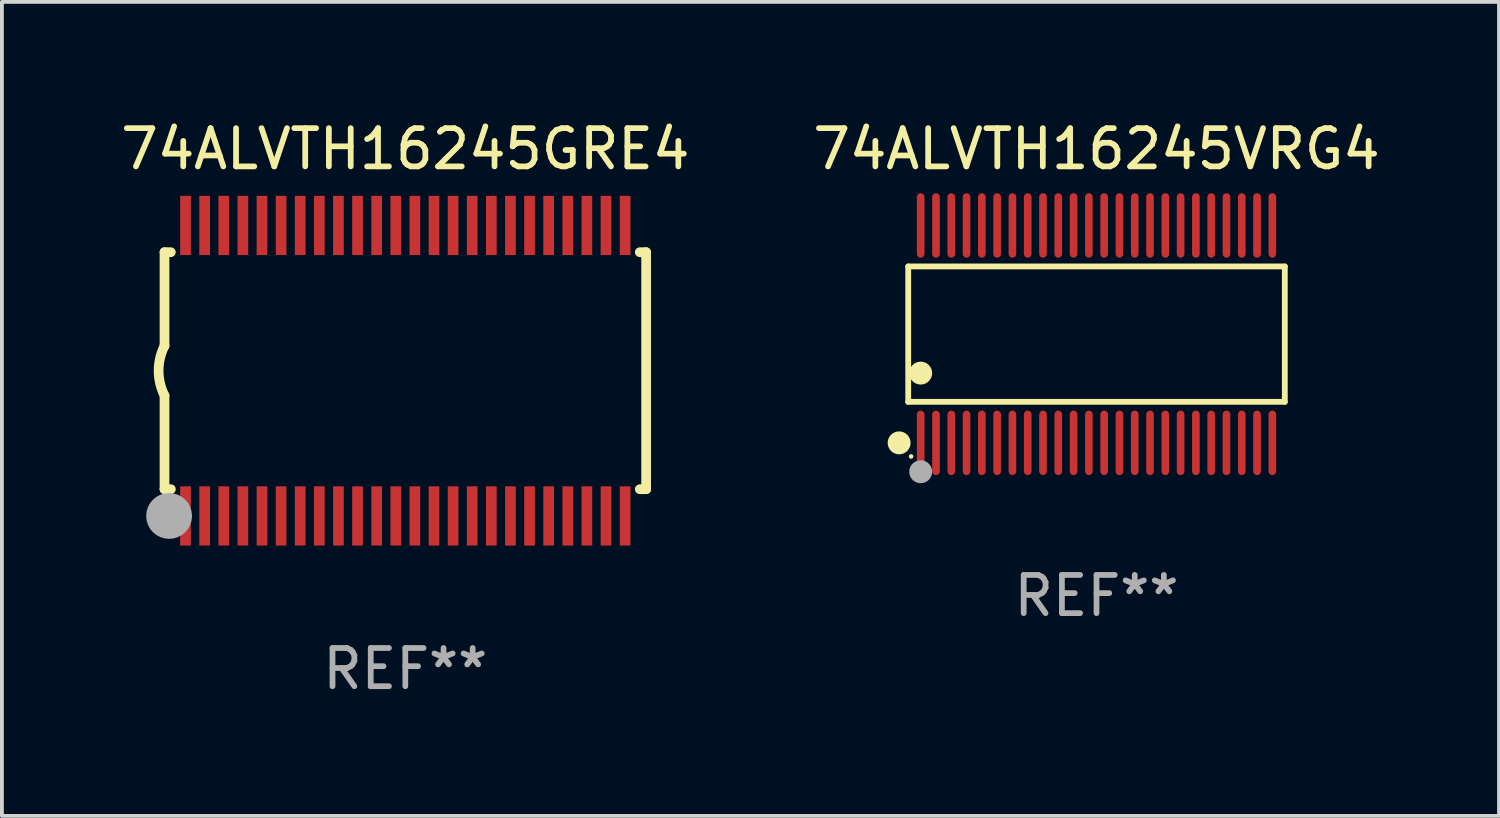
<source format=kicad_pcb>
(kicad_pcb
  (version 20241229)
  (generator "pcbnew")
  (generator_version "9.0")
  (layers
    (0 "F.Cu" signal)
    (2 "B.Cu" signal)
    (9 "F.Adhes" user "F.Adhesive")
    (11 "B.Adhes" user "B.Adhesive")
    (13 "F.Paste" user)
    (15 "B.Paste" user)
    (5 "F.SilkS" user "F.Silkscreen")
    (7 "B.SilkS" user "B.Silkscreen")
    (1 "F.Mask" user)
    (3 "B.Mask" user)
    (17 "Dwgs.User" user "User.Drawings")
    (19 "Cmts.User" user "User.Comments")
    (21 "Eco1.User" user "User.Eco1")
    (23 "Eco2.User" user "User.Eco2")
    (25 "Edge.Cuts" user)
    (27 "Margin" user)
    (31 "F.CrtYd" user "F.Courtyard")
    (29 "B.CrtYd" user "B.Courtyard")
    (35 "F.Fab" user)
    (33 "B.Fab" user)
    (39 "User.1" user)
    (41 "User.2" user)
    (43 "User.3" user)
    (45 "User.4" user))
  (footprint "74ALVTH16245GRE4"
    (layer "F.Cu")
    (at 7.554 6.648)
    (property "Reference" "74ALVTH16245GRE4" (at 0 -5.8 0) (layer "F.SilkS") (effects (font (size 1 1) (thickness 0.15))))
    (attr through_hole)
    (fp_line (start -6.3 -3.1) (end -6.3 -0.65) (stroke (width 0.254) (type solid)) (layer "F.SilkS"))
    (fp_line (start -6.3 -3.1) (end -6.134 -3.1) (stroke (width 0.254) (type solid)) (layer "F.SilkS"))
    (fp_line (start -6.3 3.1) (end -6.3 0.65) (stroke (width 0.254) (type solid)) (layer "F.SilkS"))
    (fp_line (start -6.3 3.1) (end -6.134 3.1) (stroke (width 0.254) (type solid)) (layer "F.SilkS"))
    (fp_line (start 6.134 -3.1) (end 6.3 -3.1) (stroke (width 0.254) (type solid)) (layer "F.SilkS"))
    (fp_line (start 6.134 3.1) (end 6.3 3.1) (stroke (width 0.254) (type solid)) (layer "F.SilkS"))
    (fp_line (start 6.3 -3.1) (end 6.3 3.1) (stroke (width 0.254) (type solid)) (layer "F.SilkS"))
    (fp_arc (start -6.301016 0.650114) (mid -6.45413 -0.000082) (end -6.3 -0.650038) (stroke (width 0.254001) (type solid)) (layer "F.SilkS"))
    (fp_circle (center -6.35 3.81) (end -6.223 3.81) (stroke (width 0.254) (type solid)) (fill no) (layer "F.SilkS"))
    (fp_circle (center -6.25 4.05) (end -6.22 4.05) (stroke (width 0.06) (type solid)) (fill no) (layer "F.SilkS"))
    (fp_circle (center -6.18 3.8) (end -5.88 3.8) (stroke (width 0.6) (type solid)) (fill no) (layer "F.Fab"))
    (fp_text user "REF**" (at 0 7.8 0) (layer "F.Fab") (effects (font (size 1 1) (thickness 0.15))))
    (pad "1" smd rect (at -5.75 3.8) (size 0.28 1.55) (layers "F.Cu" "F.Mask" "F.Paste"))
    (pad "2" smd rect (at -5.25 3.8) (size 0.28 1.55) (layers "F.Cu" "F.Mask" "F.Paste"))
    (pad "3" smd rect (at -4.75 3.8) (size 0.28 1.55) (layers "F.Cu" "F.Mask" "F.Paste"))
    (pad "4" smd rect (at -4.25 3.8) (size 0.28 1.55) (layers "F.Cu" "F.Mask" "F.Paste"))
    (pad "5" smd rect (at -3.75 3.8) (size 0.28 1.55) (layers "F.Cu" "F.Mask" "F.Paste"))
    (pad "6" smd rect (at -3.25 3.8) (size 0.28 1.55) (layers "F.Cu" "F.Mask" "F.Paste"))
    (pad "7" smd rect (at -2.75 3.8) (size 0.28 1.55) (layers "F.Cu" "F.Mask" "F.Paste"))
    (pad "8" smd rect (at -2.25 3.8) (size 0.28 1.55) (layers "F.Cu" "F.Mask" "F.Paste"))
    (pad "9" smd rect (at -1.75 3.8) (size 0.28 1.55) (layers "F.Cu" "F.Mask" "F.Paste"))
    (pad "10" smd rect (at -1.25 3.8) (size 0.28 1.55) (layers "F.Cu" "F.Mask" "F.Paste"))
    (pad "11" smd rect (at -0.75 3.8) (size 0.28 1.55) (layers "F.Cu" "F.Mask" "F.Paste"))
    (pad "12" smd rect (at -0.25 3.8) (size 0.28 1.55) (layers "F.Cu" "F.Mask" "F.Paste"))
    (pad "13" smd rect (at 0.25 3.8) (size 0.28 1.55) (layers "F.Cu" "F.Mask" "F.Paste"))
    (pad "14" smd rect (at 0.75 3.8) (size 0.28 1.55) (layers "F.Cu" "F.Mask" "F.Paste"))
    (pad "15" smd rect (at 1.25 3.8) (size 0.28 1.55) (layers "F.Cu" "F.Mask" "F.Paste"))
    (pad "16" smd rect (at 1.75 3.8) (size 0.28 1.55) (layers "F.Cu" "F.Mask" "F.Paste"))
    (pad "17" smd rect (at 2.25 3.8) (size 0.28 1.55) (layers "F.Cu" "F.Mask" "F.Paste"))
    (pad "18" smd rect (at 2.75 3.8) (size 0.28 1.55) (layers "F.Cu" "F.Mask" "F.Paste"))
    (pad "19" smd rect (at 3.25 3.8) (size 0.28 1.55) (layers "F.Cu" "F.Mask" "F.Paste"))
    (pad "20" smd rect (at 3.75 3.8) (size 0.28 1.55) (layers "F.Cu" "F.Mask" "F.Paste"))
    (pad "21" smd rect (at 4.25 3.8) (size 0.28 1.55) (layers "F.Cu" "F.Mask" "F.Paste"))
    (pad "22" smd rect (at 4.75 3.8) (size 0.28 1.55) (layers "F.Cu" "F.Mask" "F.Paste"))
    (pad "23" smd rect (at 5.25 3.8) (size 0.28 1.55) (layers "F.Cu" "F.Mask" "F.Paste"))
    (pad "24" smd rect (at 5.75 3.8) (size 0.28 1.55) (layers "F.Cu" "F.Mask" "F.Paste"))
    (pad "25" smd rect (at 5.75 -3.8) (size 0.28 1.55) (layers "F.Cu" "F.Mask" "F.Paste"))
    (pad "26" smd rect (at 5.25 -3.8) (size 0.28 1.55) (layers "F.Cu" "F.Mask" "F.Paste"))
    (pad "27" smd rect (at 4.75 -3.8) (size 0.28 1.55) (layers "F.Cu" "F.Mask" "F.Paste"))
    (pad "28" smd rect (at 4.25 -3.8) (size 0.28 1.55) (layers "F.Cu" "F.Mask" "F.Paste"))
    (pad "29" smd rect (at 3.75 -3.8) (size 0.28 1.55) (layers "F.Cu" "F.Mask" "F.Paste"))
    (pad "30" smd rect (at 3.25 -3.8) (size 0.28 1.55) (layers "F.Cu" "F.Mask" "F.Paste"))
    (pad "31" smd rect (at 2.75 -3.8) (size 0.28 1.55) (layers "F.Cu" "F.Mask" "F.Paste"))
    (pad "32" smd rect (at 2.25 -3.8) (size 0.28 1.55) (layers "F.Cu" "F.Mask" "F.Paste"))
    (pad "33" smd rect (at 1.75 -3.8) (size 0.28 1.55) (layers "F.Cu" "F.Mask" "F.Paste"))
    (pad "34" smd rect (at 1.25 -3.8) (size 0.28 1.55) (layers "F.Cu" "F.Mask" "F.Paste"))
    (pad "35" smd rect (at 0.75 -3.8) (size 0.28 1.55) (layers "F.Cu" "F.Mask" "F.Paste"))
    (pad "36" smd rect (at 0.25 -3.8) (size 0.28 1.55) (layers "F.Cu" "F.Mask" "F.Paste"))
    (pad "37" smd rect (at -0.25 -3.8) (size 0.28 1.55) (layers "F.Cu" "F.Mask" "F.Paste"))
    (pad "38" smd rect (at -0.75 -3.8) (size 0.28 1.55) (layers "F.Cu" "F.Mask" "F.Paste"))
    (pad "39" smd rect (at -1.25 -3.8) (size 0.28 1.55) (layers "F.Cu" "F.Mask" "F.Paste"))
    (pad "40" smd rect (at -1.75 -3.8) (size 0.28 1.55) (layers "F.Cu" "F.Mask" "F.Paste"))
    (pad "41" smd rect (at -2.25 -3.8) (size 0.28 1.55) (layers "F.Cu" "F.Mask" "F.Paste"))
    (pad "42" smd rect (at -2.75 -3.8) (size 0.28 1.55) (layers "F.Cu" "F.Mask" "F.Paste"))
    (pad "43" smd rect (at -3.25 -3.8) (size 0.28 1.55) (layers "F.Cu" "F.Mask" "F.Paste"))
    (pad "44" smd rect (at -3.75 -3.8) (size 0.28 1.55) (layers "F.Cu" "F.Mask" "F.Paste"))
    (pad "45" smd rect (at -4.25 -3.8) (size 0.28 1.55) (layers "F.Cu" "F.Mask" "F.Paste"))
    (pad "46" smd rect (at -4.75 -3.8) (size 0.28 1.55) (layers "F.Cu" "F.Mask" "F.Paste"))
    (pad "47" smd rect (at -5.25 -3.8) (size 0.28 1.55) (layers "F.Cu" "F.Mask" "F.Paste"))
    (pad "48" smd rect (at -5.75 -3.8) (size 0.28 1.55) (layers "F.Cu" "F.Mask" "F.Paste")))
  (footprint "74ALVTH16245VRG4"
    (layer "F.Cu")
    (at 25.637 5.692)
    (property "Reference" "74ALVTH16245VRG4" (at 0 -4.844 0) (layer "F.SilkS") (effects (font (size 1 1) (thickness 0.15))))
    (attr through_hole)
    (fp_line (start -4.926 -1.771) (end 4.926 -1.771) (stroke (width 0.152) (type solid)) (layer "F.SilkS"))
    (fp_line (start -4.926 1.771) (end -4.926 -1.771) (stroke (width 0.152) (type solid)) (layer "F.SilkS"))
    (fp_line (start 4.926 -1.771) (end 4.926 1.771) (stroke (width 0.152) (type solid)) (layer "F.SilkS"))
    (fp_line (start 4.926 1.771) (end -4.926 1.771) (stroke (width 0.152) (type solid)) (layer "F.SilkS"))
    (fp_circle (center -5.164 2.844) (end -5.014 2.844) (stroke (width 0.3) (type solid)) (fill no) (layer "F.SilkS"))
    (fp_circle (center -4.85 3.2) (end -4.82 3.2) (stroke (width 0.06) (type solid)) (fill no) (layer "F.SilkS"))
    (fp_circle (center -4.6 1.019) (end -4.45 1.019) (stroke (width 0.3) (type solid)) (fill no) (layer "F.SilkS"))
    (fp_circle (center -4.6 3.6) (end -4.45 3.6) (stroke (width 0.3) (type solid)) (fill no) (layer "F.Fab"))
    (fp_text user "REF**" (at 0 6.844 0) (layer "F.Fab") (effects (font (size 1 1) (thickness 0.15))))
    (pad "1" smd oval (at -4.6 2.844) (size 0.2 1.687) (layers "F.Cu" "F.Mask" "F.Paste"))
    (pad "2" smd oval (at -4.2 2.844) (size 0.2 1.687) (layers "F.Cu" "F.Mask" "F.Paste"))
    (pad "3" smd oval (at -3.8 2.844) (size 0.2 1.687) (layers "F.Cu" "F.Mask" "F.Paste"))
    (pad "4" smd oval (at -3.4 2.844) (size 0.2 1.687) (layers "F.Cu" "F.Mask" "F.Paste"))
    (pad "5" smd oval (at -3 2.844) (size 0.2 1.687) (layers "F.Cu" "F.Mask" "F.Paste"))
    (pad "6" smd oval (at -2.6 2.844) (size 0.2 1.687) (layers "F.Cu" "F.Mask" "F.Paste"))
    (pad "7" smd oval (at -2.2 2.844) (size 0.2 1.687) (layers "F.Cu" "F.Mask" "F.Paste"))
    (pad "8" smd oval (at -1.8 2.844) (size 0.2 1.687) (layers "F.Cu" "F.Mask" "F.Paste"))
    (pad "9" smd oval (at -1.4 2.844) (size 0.2 1.687) (layers "F.Cu" "F.Mask" "F.Paste"))
    (pad "10" smd oval (at -1 2.844) (size 0.2 1.687) (layers "F.Cu" "F.Mask" "F.Paste"))
    (pad "11" smd oval (at -0.6 2.844) (size 0.2 1.687) (layers "F.Cu" "F.Mask" "F.Paste"))
    (pad "12" smd oval (at -0.2 2.844) (size 0.2 1.687) (layers "F.Cu" "F.Mask" "F.Paste"))
    (pad "13" smd oval (at 0.2 2.844) (size 0.2 1.687) (layers "F.Cu" "F.Mask" "F.Paste"))
    (pad "14" smd oval (at 0.6 2.844) (size 0.2 1.687) (layers "F.Cu" "F.Mask" "F.Paste"))
    (pad "15" smd oval (at 1 2.844) (size 0.2 1.687) (layers "F.Cu" "F.Mask" "F.Paste"))
    (pad "16" smd oval (at 1.4 2.844) (size 0.2 1.687) (layers "F.Cu" "F.Mask" "F.Paste"))
    (pad "17" smd oval (at 1.8 2.844) (size 0.2 1.687) (layers "F.Cu" "F.Mask" "F.Paste"))
    (pad "18" smd oval (at 2.2 2.844) (size 0.2 1.687) (layers "F.Cu" "F.Mask" "F.Paste"))
    (pad "19" smd oval (at 2.6 2.844) (size 0.2 1.687) (layers "F.Cu" "F.Mask" "F.Paste"))
    (pad "20" smd oval (at 3 2.844) (size 0.2 1.687) (layers "F.Cu" "F.Mask" "F.Paste"))
    (pad "21" smd oval (at 3.4 2.844) (size 0.2 1.687) (layers "F.Cu" "F.Mask" "F.Paste"))
    (pad "22" smd oval (at 3.8 2.844) (size 0.2 1.687) (layers "F.Cu" "F.Mask" "F.Paste"))
    (pad "23" smd oval (at 4.2 2.844) (size 0.2 1.687) (layers "F.Cu" "F.Mask" "F.Paste"))
    (pad "24" smd oval (at 4.6 2.844) (size 0.2 1.687) (layers "F.Cu" "F.Mask" "F.Paste"))
    (pad "25" smd oval (at 4.6 -2.844) (size 0.2 1.687) (layers "F.Cu" "F.Mask" "F.Paste"))
    (pad "26" smd oval (at 4.2 -2.844) (size 0.2 1.687) (layers "F.Cu" "F.Mask" "F.Paste"))
    (pad "27" smd oval (at 3.8 -2.844) (size 0.2 1.687) (layers "F.Cu" "F.Mask" "F.Paste"))
    (pad "28" smd oval (at 3.4 -2.844) (size 0.2 1.687) (layers "F.Cu" "F.Mask" "F.Paste"))
    (pad "29" smd oval (at 3 -2.844) (size 0.2 1.687) (layers "F.Cu" "F.Mask" "F.Paste"))
    (pad "30" smd oval (at 2.6 -2.844) (size 0.2 1.687) (layers "F.Cu" "F.Mask" "F.Paste"))
    (pad "31" smd oval (at 2.2 -2.844) (size 0.2 1.687) (layers "F.Cu" "F.Mask" "F.Paste"))
    (pad "32" smd oval (at 1.8 -2.844) (size 0.2 1.687) (layers "F.Cu" "F.Mask" "F.Paste"))
    (pad "33" smd oval (at 1.4 -2.844) (size 0.2 1.687) (layers "F.Cu" "F.Mask" "F.Paste"))
    (pad "34" smd oval (at 1 -2.844) (size 0.2 1.687) (layers "F.Cu" "F.Mask" "F.Paste"))
    (pad "35" smd oval (at 0.6 -2.844) (size 0.2 1.687) (layers "F.Cu" "F.Mask" "F.Paste"))
    (pad "36" smd oval (at 0.2 -2.844) (size 0.2 1.687) (layers "F.Cu" "F.Mask" "F.Paste"))
    (pad "37" smd oval (at -0.2 -2.844) (size 0.2 1.687) (layers "F.Cu" "F.Mask" "F.Paste"))
    (pad "38" smd oval (at -0.6 -2.844) (size 0.2 1.687) (layers "F.Cu" "F.Mask" "F.Paste"))
    (pad "39" smd oval (at -1 -2.844) (size 0.2 1.687) (layers "F.Cu" "F.Mask" "F.Paste"))
    (pad "40" smd oval (at -1.4 -2.844) (size 0.2 1.687) (layers "F.Cu" "F.Mask" "F.Paste"))
    (pad "41" smd oval (at -1.8 -2.844) (size 0.2 1.687) (layers "F.Cu" "F.Mask" "F.Paste"))
    (pad "42" smd oval (at -2.2 -2.844) (size 0.2 1.687) (layers "F.Cu" "F.Mask" "F.Paste"))
    (pad "43" smd oval (at -2.6 -2.844) (size 0.2 1.687) (layers "F.Cu" "F.Mask" "F.Paste"))
    (pad "44" smd oval (at -3 -2.844) (size 0.2 1.687) (layers "F.Cu" "F.Mask" "F.Paste"))
    (pad "45" smd oval (at -3.4 -2.844) (size 0.2 1.687) (layers "F.Cu" "F.Mask" "F.Paste"))
    (pad "46" smd oval (at -3.8 -2.844) (size 0.2 1.687) (layers "F.Cu" "F.Mask" "F.Paste"))
    (pad "47" smd oval (at -4.2 -2.844) (size 0.2 1.687) (layers "F.Cu" "F.Mask" "F.Paste"))
    (pad "48" smd oval (at -4.6 -2.844) (size 0.2 1.687) (layers "F.Cu" "F.Mask" "F.Paste")))
  (gr_rect
    (start -3 -3)
    (end 36.167 18.296)
    (stroke (width 0.1) (type default))
    (fill no)
    (layer "Edge.Cuts")))
</source>
